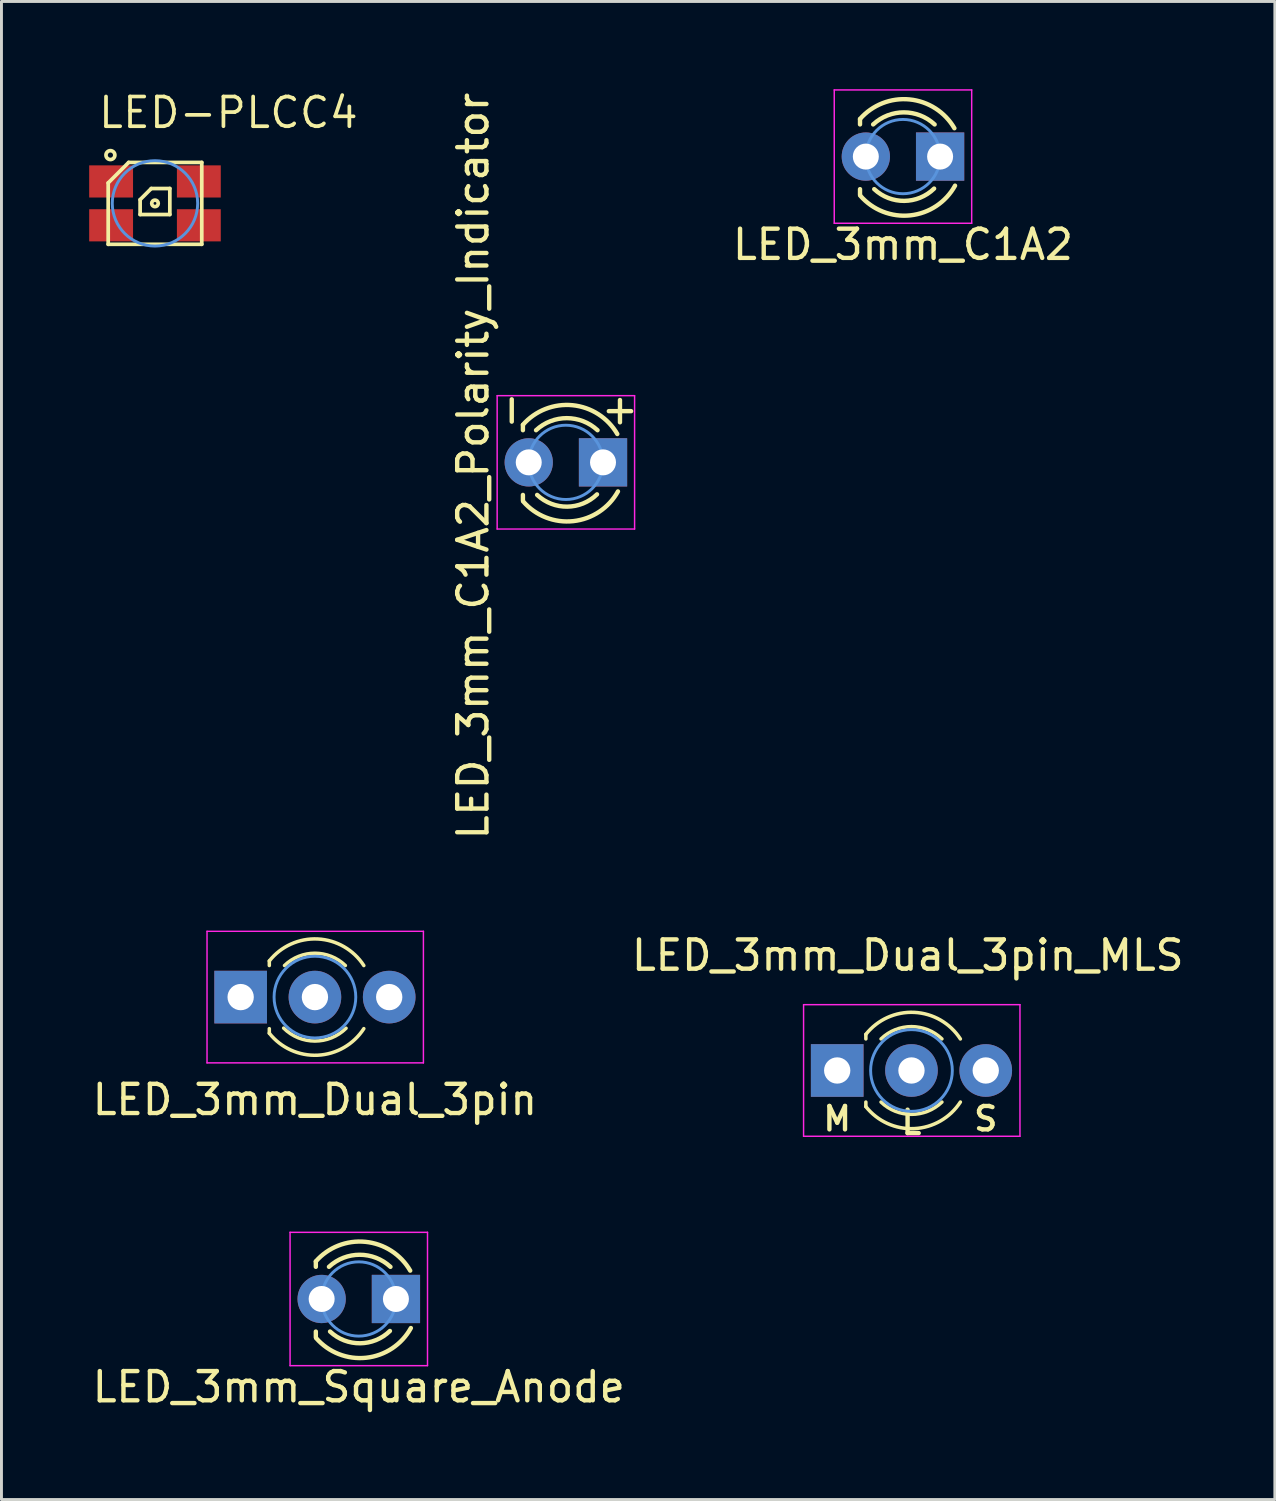
<source format=kicad_pcb>
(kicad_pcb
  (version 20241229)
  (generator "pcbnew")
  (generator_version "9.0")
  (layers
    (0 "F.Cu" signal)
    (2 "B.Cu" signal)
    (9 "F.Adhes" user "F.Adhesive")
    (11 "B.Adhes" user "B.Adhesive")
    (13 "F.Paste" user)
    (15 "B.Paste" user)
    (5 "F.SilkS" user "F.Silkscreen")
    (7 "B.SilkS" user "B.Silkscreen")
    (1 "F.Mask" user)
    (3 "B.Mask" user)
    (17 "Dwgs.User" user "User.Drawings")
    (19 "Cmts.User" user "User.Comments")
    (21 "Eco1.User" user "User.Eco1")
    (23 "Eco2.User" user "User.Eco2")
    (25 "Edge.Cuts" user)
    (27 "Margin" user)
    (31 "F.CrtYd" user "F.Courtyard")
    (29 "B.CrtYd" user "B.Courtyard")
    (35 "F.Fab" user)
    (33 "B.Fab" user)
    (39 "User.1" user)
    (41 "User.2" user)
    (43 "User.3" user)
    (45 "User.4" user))
  (footprint "LED_3mm_Dual_3pin"
    (layer "F.Cu")
    (at 7.72 31.049)
    (property "Reference" "LED_3mm_Dual_3pin" (at 0 3.51 0) (layer "F.SilkS") (effects (font (size 1 1) (thickness 0.15))))
    (attr through_hole)
    (fp_line (start -1.56 -1.236) (end -1.56 -1.08) (stroke (width 0.12) (type solid)) (layer "F.SilkS"))
    (fp_line (start -1.56 1.08) (end -1.56 1.236) (stroke (width 0.12) (type solid)) (layer "F.SilkS"))
    (fp_arc (start -1.56 -1.235516) (mid 0.096487 -1.987659) (end 1.672335 -1.078608) (stroke (width 0.12) (type solid)) (layer "F.SilkS"))
    (fp_arc (start -1.040961 -1.08) (mid 0.000117 -1.5) (end 1.04113 -1.079837) (stroke (width 0.12) (type solid)) (layer "F.SilkS"))
    (fp_arc (start 1.064965 1.065012) (mid -0.003552 1.503205) (end -1.07 1.06) (stroke (width 0.12) (type solid)) (layer "F.SilkS"))
    (fp_arc (start 1.672335 1.078608) (mid 0.096487 1.987659) (end -1.56 1.235516) (stroke (width 0.12) (type solid)) (layer "F.SilkS"))
    (fp_circle (center 0 0) (end 0 1.397) (stroke (width 0.1) (type solid)) (fill no) (layer "Cmts.User"))
    (fp_line (start -3.69 -2.25) (end -3.69 2.25) (stroke (width 0.05) (type solid)) (layer "F.CrtYd"))
    (fp_line (start -3.69 2.25) (end 3.71 2.25) (stroke (width 0.05) (type solid)) (layer "F.CrtYd"))
    (fp_line (start 3.71 -2.25) (end -3.69 -2.25) (stroke (width 0.05) (type solid)) (layer "F.CrtYd"))
    (fp_line (start 3.71 2.25) (end 3.71 -2.25) (stroke (width 0.05) (type solid)) (layer "F.CrtYd"))
    (pad "1" thru_hole rect (at -2.54 0) (size 1.8 1.8) (drill 0.9) (layers "*.Cu" "*.Mask"))
    (pad "2" thru_hole circle (at 0 0) (size 1.8 1.8) (drill 0.9) (layers "*.Cu" "*.Mask"))
    (pad "3" thru_hole circle (at 2.54 0) (size 1.8 1.8) (drill 0.9) (layers "*.Cu" "*.Mask")))
  (footprint "LED_3mm_C1A2"
    (layer "F.Cu")
    (at 27.83 2.305)
    (property "Reference" "LED_3mm_C1A2" (at 0 3.01 0) (layer "F.SilkS") (effects (font (size 1 1) (thickness 0.15))))
    (attr through_hole)
    (fp_line (start -1.469 -1.28) (end -1.469 -1.1) (stroke (width 0.15) (type solid)) (layer "F.SilkS"))
    (fp_line (start -1.469 1.314) (end -1.469 1.114) (stroke (width 0.15) (type solid)) (layer "F.SilkS"))
    (fp_arc (start -1.469 -1.286) (mid 0.225903 -1.954571) (end 1.758744 -0.969643) (stroke (width 0.15) (type solid)) (layer "F.SilkS"))
    (fp_arc (start -1.02 -1.1) (mid 0.031686 -1.512142) (end 1.083005 -1.099067) (stroke (width 0.15) (type solid)) (layer "F.SilkS"))
    (fp_arc (start 1.065 1.094) (mid 0.04492 1.51473) (end -0.982889 1.113252) (stroke (width 0.15) (type solid)) (layer "F.SilkS"))
    (fp_arc (start 1.781 0.994) (mid 0.252637 2.009958) (end -1.45622 1.340726) (stroke (width 0.15) (type solid)) (layer "F.SilkS"))
    (fp_circle (center 0 0) (end 1.27 0) (stroke (width 0.1) (type solid)) (fill no) (layer "Cmts.User"))
    (fp_line (start -2.35 -2.28) (end -2.35 2.28) (stroke (width 0.05) (type solid)) (layer "F.CrtYd"))
    (fp_line (start -2.35 2.28) (end 2.35 2.28) (stroke (width 0.05) (type solid)) (layer "F.CrtYd"))
    (fp_line (start 2.35 -2.28) (end -2.35 -2.28) (stroke (width 0.05) (type solid)) (layer "F.CrtYd"))
    (fp_line (start 2.35 2.28) (end 2.35 -2.28) (stroke (width 0.05) (type solid)) (layer "F.CrtYd"))
    (pad "1" thru_hole circle (at -1.27 0 90) (size 1.651 1.651) (drill 0.889) (layers "*.Cu" "*.Mask"))
    (pad "2" thru_hole rect (at 1.27 0) (size 1.651 1.651) (drill 0.889) (layers "*.Cu" "*.Mask")))
  (footprint "LED_3mm_Dual_3pin_MLS"
    (layer "F.Cu")
    (at 28.121 33.559)
    (property "Reference" "LED_3mm_Dual_3pin_MLS" (at -0.127 -3.937 0) (layer "F.SilkS") (effects (font (size 1 1) (thickness 0.15))))
    (attr through_hole)
    (fp_line (start -1.56 -1.236) (end -1.56 -1.08) (stroke (width 0.12) (type solid)) (layer "F.SilkS"))
    (fp_line (start -1.56 1.08) (end -1.56 1.236) (stroke (width 0.12) (type solid)) (layer "F.SilkS"))
    (fp_arc (start -1.56 -1.235516) (mid 0.096487 -1.987659) (end 1.672335 -1.078608) (stroke (width 0.12) (type solid)) (layer "F.SilkS"))
    (fp_arc (start -1.040961 -1.08) (mid 0.000117 -1.5) (end 1.04113 -1.079837) (stroke (width 0.12) (type solid)) (layer "F.SilkS"))
    (fp_arc (start 1.04113 1.079837) (mid 0.000117 1.5) (end -1.040961 1.08) (stroke (width 0.12) (type solid)) (layer "F.SilkS"))
    (fp_arc (start 1.672335 1.078608) (mid 0.096487 1.987659) (end -1.56 1.235516) (stroke (width 0.12) (type solid)) (layer "F.SilkS"))
    (fp_circle (center 0 0) (end 0 1.397) (stroke (width 0.1) (type solid)) (fill no) (layer "Cmts.User"))
    (fp_line (start -3.69 -2.25) (end -3.69 2.25) (stroke (width 0.05) (type solid)) (layer "F.CrtYd"))
    (fp_line (start -3.69 2.25) (end 3.71 2.25) (stroke (width 0.05) (type solid)) (layer "F.CrtYd"))
    (fp_line (start 3.71 -2.25) (end -3.69 -2.25) (stroke (width 0.05) (type solid)) (layer "F.CrtYd"))
    (fp_line (start 3.71 2.25) (end 3.71 -2.25) (stroke (width 0.05) (type solid)) (layer "F.CrtYd"))
    (fp_text user "L" (at 0 1.778 0) (layer "F.SilkS") (effects (font (size 0.8 0.8) (thickness 0.15))))
    (fp_text user "M" (at -2.54 1.651 0) (layer "F.SilkS") (effects (font (size 0.8 0.8) (thickness 0.15))))
    (fp_text user "S" (at 2.54 1.651 0) (layer "F.SilkS") (effects (font (size 0.8 0.8) (thickness 0.15))))
    (pad "1" thru_hole rect (at -2.54 0) (size 1.8 1.8) (drill 0.9) (layers "*.Cu" "*.Mask"))
    (pad "2" thru_hole circle (at 0 0) (size 1.8 1.8) (drill 0.9) (layers "*.Cu" "*.Mask"))
    (pad "3" thru_hole circle (at 2.54 0) (size 1.8 1.8) (drill 0.9) (layers "*.Cu" "*.Mask")))
  (footprint "LED_3mm_Square_Anode"
    (layer "F.Cu")
    (at 9.22 41.373)
    (property "Reference" "LED_3mm_Square_Anode" (at 0 3.01 0) (layer "F.SilkS") (effects (font (size 1 1) (thickness 0.15))))
    (attr through_hole)
    (fp_line (start -1.469 -1.28) (end -1.469 -1.1) (stroke (width 0.15) (type solid)) (layer "F.SilkS"))
    (fp_line (start -1.469 1.314) (end -1.469 1.114) (stroke (width 0.15) (type solid)) (layer "F.SilkS"))
    (fp_arc (start -1.469 -1.286) (mid 0.225903 -1.954571) (end 1.758744 -0.969643) (stroke (width 0.15) (type solid)) (layer "F.SilkS"))
    (fp_arc (start -1.02 -1.1) (mid 0.031686 -1.512142) (end 1.083005 -1.099067) (stroke (width 0.15) (type solid)) (layer "F.SilkS"))
    (fp_arc (start 1.065 1.094) (mid 0.04492 1.51473) (end -0.982889 1.113252) (stroke (width 0.15) (type solid)) (layer "F.SilkS"))
    (fp_arc (start 1.781 0.994) (mid 0.252637 2.009958) (end -1.45622 1.340726) (stroke (width 0.15) (type solid)) (layer "F.SilkS"))
    (fp_circle (center 0 0) (end 1.27 0) (stroke (width 0.1) (type solid)) (fill no) (layer "Cmts.User"))
    (fp_line (start -2.35 -2.28) (end -2.35 2.28) (stroke (width 0.05) (type solid)) (layer "F.CrtYd"))
    (fp_line (start -2.35 2.28) (end 2.35 2.28) (stroke (width 0.05) (type solid)) (layer "F.CrtYd"))
    (fp_line (start 2.35 -2.28) (end -2.35 -2.28) (stroke (width 0.05) (type solid)) (layer "F.CrtYd"))
    (fp_line (start 2.35 2.28) (end 2.35 -2.28) (stroke (width 0.05) (type solid)) (layer "F.CrtYd"))
    (pad "1" thru_hole circle (at -1.27 0 90) (size 1.651 1.651) (drill 0.889) (layers "*.Cu" "*.Mask"))
    (pad "2" thru_hole rect (at 1.27 0) (size 1.651 1.651) (drill 0.889) (layers "*.Cu" "*.Mask")))
  (footprint "LED_3mm_C1A2_Polarity_Indicator"
    (layer "F.Cu")
    (at 16.302 12.762)
    (property "Reference" "LED_3mm_C1A2_Polarity_Indicator" (at -3.172 0.125 90) (layer "F.SilkS") (effects (font (size 1 1) (thickness 0.15))))
    (attr through_hole)
    (fp_line (start -1.469 -1.28) (end -1.469 -1.1) (stroke (width 0.15) (type solid)) (layer "F.SilkS"))
    (fp_line (start -1.469 1.314) (end -1.469 1.114) (stroke (width 0.15) (type solid)) (layer "F.SilkS"))
    (fp_arc (start -1.469 -1.286) (mid 0.225903 -1.954571) (end 1.758744 -0.969643) (stroke (width 0.15) (type solid)) (layer "F.SilkS"))
    (fp_arc (start -1.02 -1.1) (mid 0.031686 -1.512142) (end 1.083005 -1.099067) (stroke (width 0.15) (type solid)) (layer "F.SilkS"))
    (fp_arc (start 1.065 1.094) (mid 0.04492 1.51473) (end -0.982889 1.113252) (stroke (width 0.15) (type solid)) (layer "F.SilkS"))
    (fp_arc (start 1.781 0.994) (mid 0.252637 2.009958) (end -1.45622 1.340726) (stroke (width 0.15) (type solid)) (layer "F.SilkS"))
    (fp_circle (center 0 0) (end 1.27 0) (stroke (width 0.1) (type solid)) (fill no) (layer "Cmts.User"))
    (fp_line (start -2.35 -2.28) (end -2.35 2.28) (stroke (width 0.05) (type solid)) (layer "F.CrtYd"))
    (fp_line (start -2.35 2.28) (end 2.35 2.28) (stroke (width 0.05) (type solid)) (layer "F.CrtYd"))
    (fp_line (start 2.35 -2.28) (end -2.35 -2.28) (stroke (width 0.05) (type solid)) (layer "F.CrtYd"))
    (fp_line (start 2.35 2.28) (end 2.35 -2.28) (stroke (width 0.05) (type solid)) (layer "F.CrtYd"))
    (fp_text user "+" (at 1.85 -1.825 0) (layer "F.SilkS") (effects (font (size 1 1) (thickness 0.15))))
    (fp_text user "-" (at -1.925 -1.775 90) (layer "F.SilkS") (effects (font (size 1 1) (thickness 0.15))))
    (pad "1" thru_hole circle (at -1.27 0 90) (size 1.651 1.651) (drill 0.889) (layers "*.Cu" "*.Mask"))
    (pad "2" thru_hole rect (at 1.27 0) (size 1.651 1.651) (drill 0.889) (layers "*.Cu" "*.Mask")))
  (footprint "LED-PLCC4"
    (layer "F.Cu")
    (at 2.25 3.905)
    (property "Reference" "LED-PLCC4" (at -2 -2.508 0) (layer "F.SilkS") (effects (font (size 1.016 1.016) (thickness 0.127)) (justify left bottom)))
    (attr through_hole)
    (fp_line (start -1.6 -0.7) (end -1.6 1.4) (stroke (width 0.127) (type solid)) (layer "F.SilkS"))
    (fp_line (start -1.6 -0.7) (end -0.9 -1.4) (stroke (width 0.127) (type solid)) (layer "F.SilkS"))
    (fp_line (start -1.6 1.4) (end 1.6 1.4) (stroke (width 0.127) (type solid)) (layer "F.SilkS"))
    (fp_line (start -0.508 0.381) (end -0.508 -0.127) (stroke (width 0.127) (type solid)) (layer "F.SilkS"))
    (fp_line (start -0.127 -0.508) (end -0.508 -0.127) (stroke (width 0.127) (type solid)) (layer "F.SilkS"))
    (fp_line (start -0.127 -0.508) (end 0.508 -0.508) (stroke (width 0.127) (type solid)) (layer "F.SilkS"))
    (fp_line (start 0.508 -0.508) (end 0.508 0.381) (stroke (width 0.127) (type solid)) (layer "F.SilkS"))
    (fp_line (start 0.508 0.381) (end -0.508 0.381) (stroke (width 0.127) (type solid)) (layer "F.SilkS"))
    (fp_line (start 1.6 -1.4) (end -0.9 -1.4) (stroke (width 0.127) (type solid)) (layer "F.SilkS"))
    (fp_line (start 1.6 1.4) (end 1.6 -1.4) (stroke (width 0.127) (type solid)) (layer "F.SilkS"))
    (fp_circle (center -1.524 -1.651) (end -1.372 -1.651) (stroke (width 0.127) (type solid)) (fill no) (layer "F.SilkS"))
    (fp_circle (center 0 0) (end 0.112 0) (stroke (width 0.127) (type solid)) (fill no) (layer "F.SilkS"))
    (fp_circle (center 0 0) (end 1.46 0) (stroke (width 0.1) (type solid)) (fill no) (layer "Cmts.User"))
    (pad "1" smd rect (at -1.5 -0.75 90) (size 1.1 1.5) (layers "F.Cu" "F.Mask" "F.Paste"))
    (pad "2" smd rect (at 1.5 -0.75 90) (size 1.1 1.5) (layers "F.Cu" "F.Mask" "F.Paste"))
    (pad "3" smd rect (at 1.5 0.75 90) (size 1.1 1.5) (layers "F.Cu" "F.Mask" "F.Paste"))
    (pad "4" smd rect (at -1.5 0.75 90) (size 1.1 1.5) (layers "F.Cu" "F.Mask" "F.Paste")))
  (gr_rect
    (start -3 -3)
    (end 40.548 48.232)
    (stroke (width 0.1) (type default))
    (fill no)
    (layer "Edge.Cuts")))
</source>
